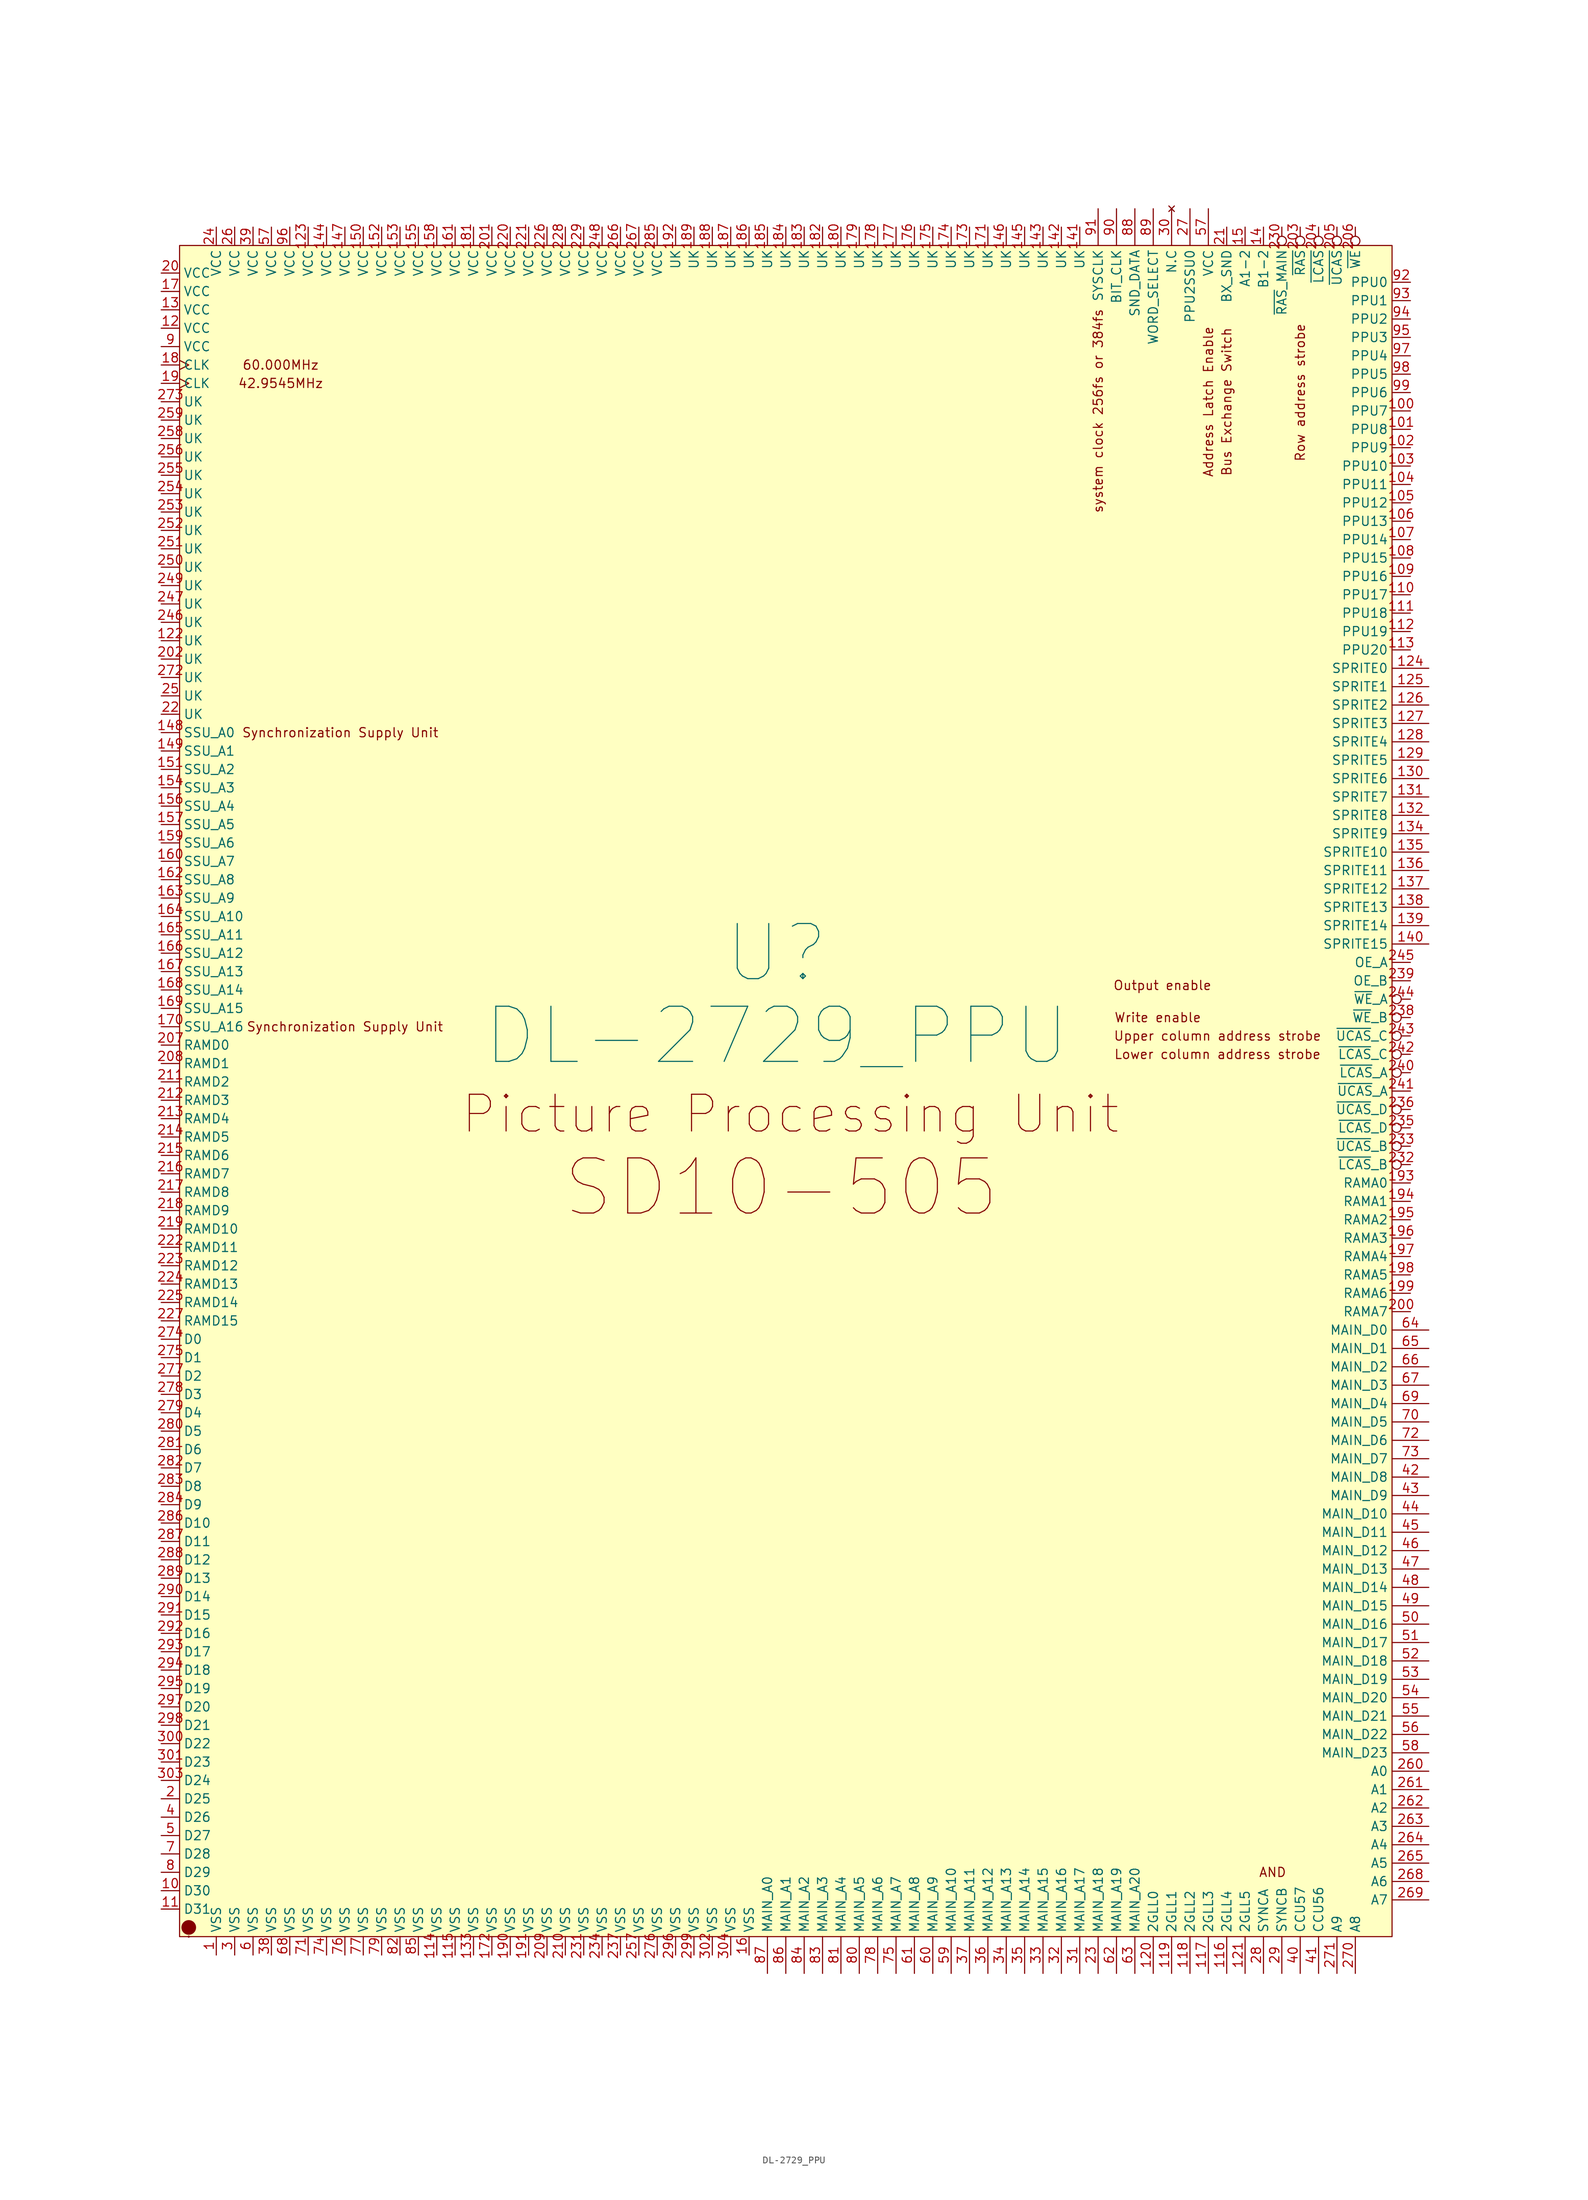
<source format=kicad_sym>
(kicad_symbol_lib
  (version 20211014)
  (generator kicad_symbol_editor)
  (symbol "DL-2729_PPU"
    (property "Reference" "U"
      (at 0 5.08 0)
      (effects (font (size 7.62 7.62))))
    (property "Value" "DL-2729_PPU"
      (at 0 -6.35 0)
      (effects (font (size 7.62 7.62))))
    (symbol "DL-2729_PPU_0_0"
      (circle (center -81.28 -130.81) (radius 0.0001) (stroke (width 0.152) (type default) (color 0 0 0 0)) (fill (type none)))
      (text "42.9545MHz" (at -68.58 83.82 0) (effects (font (size 1.27 1.27))))
      (text "60.000MHz" (at -68.58 86.36 0) (effects (font (size 1.27 1.27))))
      (text "Address Latch Enable" (at 59.69 81.28 900) (effects (font (size 1.27 1.27))))
      (text "AND" (at 68.58 -121.92 0) (effects (font (size 1.27 1.27))))
      (text "Bus Exchange Switch" (at 62.23 81.28 900) (effects (font (size 1.27 1.27))))
      (text "Lower column address strobe" (at 60.96 -8.89 0) (effects (font (size 1.27 1.27))))
      (text "Output enable" (at 53.34 0.635 0) (effects (font (size 1.27 1.27))))
      (text "Picture Processing Unit" (at 1.905 -17.145 0) (effects (font (size 5.08 5.08))))
      (text "Row address strobe" (at 72.39 82.55 900) (effects (font (size 1.27 1.27))))
      (text "SD10-505" (at 0.635 -27.305 0) (effects (font (size 7.62 7.62))))
      (text "Synchronization Supply Unit" (at -60.325 35.56 0) (effects (font (size 1.27 1.27))))
      (text "Synchronization Supply Unit" (at -59.69 -5.08 0) (effects (font (size 1.27 1.27))))
      (text "system clock 256fs or 384fs" (at 44.45 80.01 900) (effects (font (size 1.27 1.27))))
      (text "Upper column address strobe" (at 60.96 -6.35 0) (effects (font (size 1.27 1.27))))
      (text "Write enable" (at 52.705 -3.81 0) (effects (font (size 1.27 1.27)))))
    (symbol "DL-2729_PPU_0_1"
      (rectangle (start -82.55 102.87) (end 85.09 -130.81) (stroke (width 0.152) (type default) (color 0 0 0 0)) (fill (type background)))
      (circle (center -81.28 -129.54) (radius 0.0001) (stroke (width 1.016) (type default) (color 0 0 0 0)) (fill (type none))))
    (symbol "DL-2729_PPU_1_0"
      (pin bidirectional line (at 90.17 44.45 180) (length 5.08) (name "SPRITE0" (effects (font (size 1.27 1.27)))) (number "124" (effects (font (size 1.27 1.27)))))
      (pin bidirectional line (at 90.17 41.91 180) (length 5.08) (name "SPRITE1" (effects (font (size 1.27 1.27)))) (number "125" (effects (font (size 1.27 1.27)))))
      (pin bidirectional line (at 90.17 39.37 180) (length 5.08) (name "SPRITE2" (effects (font (size 1.27 1.27)))) (number "126" (effects (font (size 1.27 1.27)))))
      (pin bidirectional line (at 90.17 36.83 180) (length 5.08) (name "SPRITE3" (effects (font (size 1.27 1.27)))) (number "127" (effects (font (size 1.27 1.27)))))
      (pin bidirectional line (at 90.17 34.29 180) (length 5.08) (name "SPRITE4" (effects (font (size 1.27 1.27)))) (number "128" (effects (font (size 1.27 1.27)))))
      (pin bidirectional line (at 90.17 31.75 180) (length 5.08) (name "SPRITE5" (effects (font (size 1.27 1.27)))) (number "129" (effects (font (size 1.27 1.27)))))
      (pin bidirectional line (at 90.17 29.21 180) (length 5.08) (name "SPRITE6" (effects (font (size 1.27 1.27)))) (number "130" (effects (font (size 1.27 1.27)))))
      (pin bidirectional line (at 90.17 26.67 180) (length 5.08) (name "SPRITE7" (effects (font (size 1.27 1.27)))) (number "131" (effects (font (size 1.27 1.27)))))
      (pin bidirectional line (at 90.17 24.13 180) (length 5.08) (name "SPRITE8" (effects (font (size 1.27 1.27)))) (number "132" (effects (font (size 1.27 1.27)))))
      (pin bidirectional line (at 90.17 21.59 180) (length 5.08) (name "SPRITE9" (effects (font (size 1.27 1.27)))) (number "134" (effects (font (size 1.27 1.27)))))
      (pin bidirectional line (at 90.17 19.05 180) (length 5.08) (name "SPRITE10" (effects (font (size 1.27 1.27)))) (number "135" (effects (font (size 1.27 1.27)))))
      (pin bidirectional line (at 90.17 16.51 180) (length 5.08) (name "SPRITE11" (effects (font (size 1.27 1.27)))) (number "136" (effects (font (size 1.27 1.27)))))
      (pin bidirectional line (at 90.17 13.97 180) (length 5.08) (name "SPRITE12" (effects (font (size 1.27 1.27)))) (number "137" (effects (font (size 1.27 1.27)))))
      (pin bidirectional line (at 90.17 11.43 180) (length 5.08) (name "SPRITE13" (effects (font (size 1.27 1.27)))) (number "138" (effects (font (size 1.27 1.27)))))
      (pin bidirectional line (at 90.17 8.89 180) (length 5.08) (name "SPRITE14" (effects (font (size 1.27 1.27)))) (number "139" (effects (font (size 1.27 1.27)))))
      (pin bidirectional line (at 90.17 6.35 180) (length 5.08) (name "SPRITE15" (effects (font (size 1.27 1.27)))) (number "140" (effects (font (size 1.27 1.27))))))
    (symbol "DL-2729_PPU_1_1"
      (pin power_in line (at -77.47 -133.35 90) (length 2.54) (name "VSS" (effects (font (size 1.27 1.27)))) (number "1" (effects (font (size 1.27 1.27)))))
      (pin bidirectional line (at -85.09 -124.46 0) (length 2.54) (name "D30" (effects (font (size 1.27 1.27)))) (number "10" (effects (font (size 1.27 1.27)))))
      (pin output line (at 87.63 80.01 180) (length 2.54) (name "PPU7" (effects (font (size 1.27 1.27)))) (number "100" (effects (font (size 1.27 1.27)))))
      (pin output line (at 87.63 77.47 180) (length 2.54) (name "PPU8" (effects (font (size 1.27 1.27)))) (number "101" (effects (font (size 1.27 1.27)))))
      (pin output line (at 87.63 74.93 180) (length 2.54) (name "PPU9" (effects (font (size 1.27 1.27)))) (number "102" (effects (font (size 1.27 1.27)))))
      (pin output line (at 87.63 72.39 180) (length 2.54) (name "PPU10" (effects (font (size 1.27 1.27)))) (number "103" (effects (font (size 1.27 1.27)))))
      (pin output line (at 87.63 69.85 180) (length 2.54) (name "PPU11" (effects (font (size 1.27 1.27)))) (number "104" (effects (font (size 1.27 1.27)))))
      (pin output line (at 87.63 67.31 180) (length 2.54) (name "PPU12" (effects (font (size 1.27 1.27)))) (number "105" (effects (font (size 1.27 1.27)))))
      (pin output line (at 87.63 64.77 180) (length 2.54) (name "PPU13" (effects (font (size 1.27 1.27)))) (number "106" (effects (font (size 1.27 1.27)))))
      (pin output line (at 87.63 62.23 180) (length 2.54) (name "PPU14" (effects (font (size 1.27 1.27)))) (number "107" (effects (font (size 1.27 1.27)))))
      (pin output line (at 87.63 59.69 180) (length 2.54) (name "PPU15" (effects (font (size 1.27 1.27)))) (number "108" (effects (font (size 1.27 1.27)))))
      (pin output line (at 87.63 57.15 180) (length 2.54) (name "PPU16" (effects (font (size 1.27 1.27)))) (number "109" (effects (font (size 1.27 1.27)))))
      (pin bidirectional line (at -85.09 -127 0) (length 2.54) (name "D31" (effects (font (size 1.27 1.27)))) (number "11" (effects (font (size 1.27 1.27)))))
      (pin output line (at 87.63 54.61 180) (length 2.54) (name "PPU17" (effects (font (size 1.27 1.27)))) (number "110" (effects (font (size 1.27 1.27)))))
      (pin output line (at 87.63 52.07 180) (length 2.54) (name "PPU18" (effects (font (size 1.27 1.27)))) (number "111" (effects (font (size 1.27 1.27)))))
      (pin output line (at 87.63 49.53 180) (length 2.54) (name "PPU19" (effects (font (size 1.27 1.27)))) (number "112" (effects (font (size 1.27 1.27)))))
      (pin output line (at 87.63 46.99 180) (length 2.54) (name "PPU20" (effects (font (size 1.27 1.27)))) (number "113" (effects (font (size 1.27 1.27)))))
      (pin power_in line (at -46.99 -133.35 90) (length 2.54) (name "VSS" (effects (font (size 1.27 1.27)))) (number "114" (effects (font (size 1.27 1.27)))))
      (pin power_in line (at -44.45 -133.35 90) (length 2.54) (name "VSS" (effects (font (size 1.27 1.27)))) (number "115" (effects (font (size 1.27 1.27)))))
      (pin bidirectional line (at 62.23 -135.89 90) (length 5.08) (name "2GLL4" (effects (font (size 1.27 1.27)))) (number "116" (effects (font (size 1.27 1.27)))))
      (pin bidirectional line (at 59.69 -135.89 90) (length 5.08) (name "2GLL3" (effects (font (size 1.27 1.27)))) (number "117" (effects (font (size 1.27 1.27)))))
      (pin bidirectional line (at 57.15 -135.89 90) (length 5.08) (name "2GLL2" (effects (font (size 1.27 1.27)))) (number "118" (effects (font (size 1.27 1.27)))))
      (pin bidirectional line (at 54.61 -135.89 90) (length 5.08) (name "2GLL1" (effects (font (size 1.27 1.27)))) (number "119" (effects (font (size 1.27 1.27)))))
      (pin power_in line (at -85.09 91.44 0) (length 2.54) (name "VCC" (effects (font (size 1.27 1.27)))) (number "12" (effects (font (size 1.27 1.27)))))
      (pin bidirectional line (at 52.07 -135.89 90) (length 5.08) (name "2GLL0" (effects (font (size 1.27 1.27)))) (number "120" (effects (font (size 1.27 1.27)))))
      (pin bidirectional line (at 64.77 -135.89 90) (length 5.08) (name "2GLL5" (effects (font (size 1.27 1.27)))) (number "121" (effects (font (size 1.27 1.27)))))
      (pin output line (at -85.09 48.26 0) (length 2.54) (name "UK" (effects (font (size 1.27 1.27)))) (number "122" (effects (font (size 1.27 1.27)))))
      (pin power_in line (at -64.77 105.41 270) (length 2.54) (name "VCC" (effects (font (size 1.27 1.27)))) (number "123" (effects (font (size 1.27 1.27)))))
      (pin power_in line (at -85.09 93.98 0) (length 2.54) (name "VCC" (effects (font (size 1.27 1.27)))) (number "13" (effects (font (size 1.27 1.27)))))
      (pin power_in line (at -41.91 -133.35 90) (length 2.54) (name "VSS" (effects (font (size 1.27 1.27)))) (number "133" (effects (font (size 1.27 1.27)))))
      (pin input line (at 67.31 105.41 270) (length 2.54) (name "B1-2" (effects (font (size 1.27 1.27)))) (number "14" (effects (font (size 1.27 1.27)))))
      (pin input line (at 41.91 105.41 270) (length 2.54) (name "UK" (effects (font (size 1.27 1.27)))) (number "141" (effects (font (size 1.27 1.27)))))
      (pin input line (at 39.37 105.41 270) (length 2.54) (name "UK" (effects (font (size 1.27 1.27)))) (number "142" (effects (font (size 1.27 1.27)))))
      (pin input line (at 36.83 105.41 270) (length 2.54) (name "UK" (effects (font (size 1.27 1.27)))) (number "143" (effects (font (size 1.27 1.27)))))
      (pin power_in line (at -62.23 105.41 270) (length 2.54) (name "VCC" (effects (font (size 1.27 1.27)))) (number "144" (effects (font (size 1.27 1.27)))))
      (pin input line (at 34.29 105.41 270) (length 2.54) (name "UK" (effects (font (size 1.27 1.27)))) (number "145" (effects (font (size 1.27 1.27)))))
      (pin input line (at 31.75 105.41 270) (length 2.54) (name "UK" (effects (font (size 1.27 1.27)))) (number "146" (effects (font (size 1.27 1.27)))))
      (pin power_in line (at -59.69 105.41 270) (length 2.54) (name "VCC" (effects (font (size 1.27 1.27)))) (number "147" (effects (font (size 1.27 1.27)))))
      (pin bidirectional line (at -85.09 35.56 0) (length 2.54) (name "SSU_A0" (effects (font (size 1.27 1.27)))) (number "148" (effects (font (size 1.27 1.27)))))
      (pin bidirectional line (at -85.09 33.02 0) (length 2.54) (name "SSU_A1" (effects (font (size 1.27 1.27)))) (number "149" (effects (font (size 1.27 1.27)))))
      (pin output line (at 64.77 105.41 270) (length 2.54) (name "A1-2" (effects (font (size 1.27 1.27)))) (number "15" (effects (font (size 1.27 1.27)))))
      (pin power_in line (at -57.15 105.41 270) (length 2.54) (name "VCC" (effects (font (size 1.27 1.27)))) (number "150" (effects (font (size 1.27 1.27)))))
      (pin bidirectional line (at -85.09 30.48 0) (length 2.54) (name "SSU_A2" (effects (font (size 1.27 1.27)))) (number "151" (effects (font (size 1.27 1.27)))))
      (pin power_in line (at -54.61 105.41 270) (length 2.54) (name "VCC" (effects (font (size 1.27 1.27)))) (number "152" (effects (font (size 1.27 1.27)))))
      (pin power_in line (at -52.07 105.41 270) (length 2.54) (name "VCC" (effects (font (size 1.27 1.27)))) (number "153" (effects (font (size 1.27 1.27)))))
      (pin bidirectional line (at -85.09 27.94 0) (length 2.54) (name "SSU_A3" (effects (font (size 1.27 1.27)))) (number "154" (effects (font (size 1.27 1.27)))))
      (pin power_in line (at -49.53 105.41 270) (length 2.54) (name "VCC" (effects (font (size 1.27 1.27)))) (number "155" (effects (font (size 1.27 1.27)))))
      (pin bidirectional line (at -85.09 25.4 0) (length 2.54) (name "SSU_A4" (effects (font (size 1.27 1.27)))) (number "156" (effects (font (size 1.27 1.27)))))
      (pin bidirectional line (at -85.09 22.86 0) (length 2.54) (name "SSU_A5" (effects (font (size 1.27 1.27)))) (number "157" (effects (font (size 1.27 1.27)))))
      (pin power_in line (at -46.99 105.41 270) (length 2.54) (name "VCC" (effects (font (size 1.27 1.27)))) (number "158" (effects (font (size 1.27 1.27)))))
      (pin bidirectional line (at -85.09 20.32 0) (length 2.54) (name "SSU_A6" (effects (font (size 1.27 1.27)))) (number "159" (effects (font (size 1.27 1.27)))))
      (pin power_in line (at -3.81 -133.35 90) (length 2.54) (name "VSS" (effects (font (size 1.27 1.27)))) (number "16" (effects (font (size 1.27 1.27)))))
      (pin bidirectional line (at -85.09 17.78 0) (length 2.54) (name "SSU_A7" (effects (font (size 1.27 1.27)))) (number "160" (effects (font (size 1.27 1.27)))))
      (pin power_in line (at -44.45 105.41 270) (length 2.54) (name "VCC" (effects (font (size 1.27 1.27)))) (number "161" (effects (font (size 1.27 1.27)))))
      (pin bidirectional line (at -85.09 15.24 0) (length 2.54) (name "SSU_A8" (effects (font (size 1.27 1.27)))) (number "162" (effects (font (size 1.27 1.27)))))
      (pin bidirectional line (at -85.09 12.7 0) (length 2.54) (name "SSU_A9" (effects (font (size 1.27 1.27)))) (number "163" (effects (font (size 1.27 1.27)))))
      (pin bidirectional line (at -85.09 10.16 0) (length 2.54) (name "SSU_A10" (effects (font (size 1.27 1.27)))) (number "164" (effects (font (size 1.27 1.27)))))
      (pin bidirectional line (at -85.09 7.62 0) (length 2.54) (name "SSU_A11" (effects (font (size 1.27 1.27)))) (number "165" (effects (font (size 1.27 1.27)))))
      (pin bidirectional line (at -85.09 5.08 0) (length 2.54) (name "SSU_A12" (effects (font (size 1.27 1.27)))) (number "166" (effects (font (size 1.27 1.27)))))
      (pin bidirectional line (at -85.09 2.54 0) (length 2.54) (name "SSU_A13" (effects (font (size 1.27 1.27)))) (number "167" (effects (font (size 1.27 1.27)))))
      (pin bidirectional line (at -85.09 0 0) (length 2.54) (name "SSU_A14" (effects (font (size 1.27 1.27)))) (number "168" (effects (font (size 1.27 1.27)))))
      (pin bidirectional line (at -85.09 -2.54 0) (length 2.54) (name "SSU_A15" (effects (font (size 1.27 1.27)))) (number "169" (effects (font (size 1.27 1.27)))))
      (pin power_in line (at -85.09 96.52 0) (length 2.54) (name "VCC" (effects (font (size 1.27 1.27)))) (number "17" (effects (font (size 1.27 1.27)))))
      (pin bidirectional line (at -85.09 -5.08 0) (length 2.54) (name "SSU_A16" (effects (font (size 1.27 1.27)))) (number "170" (effects (font (size 1.27 1.27)))))
      (pin output line (at 29.21 105.41 270) (length 2.54) (name "UK" (effects (font (size 1.27 1.27)))) (number "171" (effects (font (size 1.27 1.27)))))
      (pin power_in line (at -39.37 -133.35 90) (length 2.54) (name "VSS" (effects (font (size 1.27 1.27)))) (number "172" (effects (font (size 1.27 1.27)))))
      (pin output line (at 26.67 105.41 270) (length 2.54) (name "UK" (effects (font (size 1.27 1.27)))) (number "173" (effects (font (size 1.27 1.27)))))
      (pin output line (at 24.13 105.41 270) (length 2.54) (name "UK" (effects (font (size 1.27 1.27)))) (number "174" (effects (font (size 1.27 1.27)))))
      (pin output line (at 21.59 105.41 270) (length 2.54) (name "UK" (effects (font (size 1.27 1.27)))) (number "175" (effects (font (size 1.27 1.27)))))
      (pin output line (at 19.05 105.41 270) (length 2.54) (name "UK" (effects (font (size 1.27 1.27)))) (number "176" (effects (font (size 1.27 1.27)))))
      (pin output line (at 16.51 105.41 270) (length 2.54) (name "UK" (effects (font (size 1.27 1.27)))) (number "177" (effects (font (size 1.27 1.27)))))
      (pin output line (at 13.97 105.41 270) (length 2.54) (name "UK" (effects (font (size 1.27 1.27)))) (number "178" (effects (font (size 1.27 1.27)))))
      (pin output line (at 11.43 105.41 270) (length 2.54) (name "UK" (effects (font (size 1.27 1.27)))) (number "179" (effects (font (size 1.27 1.27)))))
      (pin input clock (at -85.09 86.36 0) (length 2.54) (name "CLK" (effects (font (size 1.27 1.27)))) (number "18" (effects (font (size 1.27 1.27)))))
      (pin output line (at 8.89 105.41 270) (length 2.54) (name "UK" (effects (font (size 1.27 1.27)))) (number "180" (effects (font (size 1.27 1.27)))))
      (pin power_in line (at -41.91 105.41 270) (length 2.54) (name "VCC" (effects (font (size 1.27 1.27)))) (number "181" (effects (font (size 1.27 1.27)))))
      (pin output line (at 6.35 105.41 270) (length 2.54) (name "UK" (effects (font (size 1.27 1.27)))) (number "182" (effects (font (size 1.27 1.27)))))
      (pin output line (at 3.81 105.41 270) (length 2.54) (name "UK" (effects (font (size 1.27 1.27)))) (number "183" (effects (font (size 1.27 1.27)))))
      (pin output line (at 1.27 105.41 270) (length 2.54) (name "UK" (effects (font (size 1.27 1.27)))) (number "184" (effects (font (size 1.27 1.27)))))
      (pin output line (at -1.27 105.41 270) (length 2.54) (name "UK" (effects (font (size 1.27 1.27)))) (number "185" (effects (font (size 1.27 1.27)))))
      (pin output line (at -3.81 105.41 270) (length 2.54) (name "UK" (effects (font (size 1.27 1.27)))) (number "186" (effects (font (size 1.27 1.27)))))
      (pin output line (at -6.35 105.41 270) (length 2.54) (name "UK" (effects (font (size 1.27 1.27)))) (number "187" (effects (font (size 1.27 1.27)))))
      (pin output line (at -8.89 105.41 270) (length 2.54) (name "UK" (effects (font (size 1.27 1.27)))) (number "188" (effects (font (size 1.27 1.27)))))
      (pin output line (at -11.43 105.41 270) (length 2.54) (name "UK" (effects (font (size 1.27 1.27)))) (number "189" (effects (font (size 1.27 1.27)))))
      (pin input clock (at -85.09 83.82 0) (length 2.54) (name "CLK" (effects (font (size 1.27 1.27)))) (number "19" (effects (font (size 1.27 1.27)))))
      (pin power_in line (at -36.83 -133.35 90) (length 2.54) (name "VSS" (effects (font (size 1.27 1.27)))) (number "190" (effects (font (size 1.27 1.27)))))
      (pin power_in line (at -34.29 -133.35 90) (length 2.54) (name "VSS" (effects (font (size 1.27 1.27)))) (number "191" (effects (font (size 1.27 1.27)))))
      (pin output line (at -13.97 105.41 270) (length 2.54) (name "UK" (effects (font (size 1.27 1.27)))) (number "192" (effects (font (size 1.27 1.27)))))
      (pin output line (at 87.63 -26.67 180) (length 2.54) (name "RAMA0" (effects (font (size 1.27 1.27)))) (number "193" (effects (font (size 1.27 1.27)))))
      (pin output line (at 87.63 -29.21 180) (length 2.54) (name "RAMA1" (effects (font (size 1.27 1.27)))) (number "194" (effects (font (size 1.27 1.27)))))
      (pin output line (at 87.63 -31.75 180) (length 2.54) (name "RAMA2" (effects (font (size 1.27 1.27)))) (number "195" (effects (font (size 1.27 1.27)))))
      (pin output line (at 87.63 -34.29 180) (length 2.54) (name "RAMA3" (effects (font (size 1.27 1.27)))) (number "196" (effects (font (size 1.27 1.27)))))
      (pin output line (at 87.63 -36.83 180) (length 2.54) (name "RAMA4" (effects (font (size 1.27 1.27)))) (number "197" (effects (font (size 1.27 1.27)))))
      (pin output line (at 87.63 -39.37 180) (length 2.54) (name "RAMA5" (effects (font (size 1.27 1.27)))) (number "198" (effects (font (size 1.27 1.27)))))
      (pin output line (at 87.63 -41.91 180) (length 2.54) (name "RAMA6" (effects (font (size 1.27 1.27)))) (number "199" (effects (font (size 1.27 1.27)))))
      (pin bidirectional line (at -85.09 -111.76 0) (length 2.54) (name "D25" (effects (font (size 1.27 1.27)))) (number "2" (effects (font (size 1.27 1.27)))))
      (pin power_in line (at -85.09 99.06 0) (length 2.54) (name "VCC" (effects (font (size 1.27 1.27)))) (number "20" (effects (font (size 1.27 1.27)))))
      (pin output line (at 87.63 -44.45 180) (length 2.54) (name "RAMA7" (effects (font (size 1.27 1.27)))) (number "200" (effects (font (size 1.27 1.27)))))
      (pin power_in line (at -39.37 105.41 270) (length 2.54) (name "VCC" (effects (font (size 1.27 1.27)))) (number "201" (effects (font (size 1.27 1.27)))))
      (pin output line (at -85.09 45.72 0) (length 2.54) (name "UK" (effects (font (size 1.27 1.27)))) (number "202" (effects (font (size 1.27 1.27)))))
      (pin output inverted (at 72.39 105.41 270) (length 2.54) (name "~{RAS}" (effects (font (size 1.27 1.27)))) (number "203" (effects (font (size 1.27 1.27)))))
      (pin output inverted (at 74.93 105.41 270) (length 2.54) (name "~{LCAS}" (effects (font (size 1.27 1.27)))) (number "204" (effects (font (size 1.27 1.27)))))
      (pin output inverted (at 77.47 105.41 270) (length 2.54) (name "~{UCAS}" (effects (font (size 1.27 1.27)))) (number "205" (effects (font (size 1.27 1.27)))))
      (pin output inverted (at 80.01 105.41 270) (length 2.54) (name "~{WE}" (effects (font (size 1.27 1.27)))) (number "206" (effects (font (size 1.27 1.27)))))
      (pin bidirectional line (at -85.09 -7.62 0) (length 2.54) (name "RAMD0" (effects (font (size 1.27 1.27)))) (number "207" (effects (font (size 1.27 1.27)))))
      (pin bidirectional line (at -85.09 -10.16 0) (length 2.54) (name "RAMD1" (effects (font (size 1.27 1.27)))) (number "208" (effects (font (size 1.27 1.27)))))
      (pin power_in line (at -31.75 -133.35 90) (length 2.54) (name "VSS" (effects (font (size 1.27 1.27)))) (number "209" (effects (font (size 1.27 1.27)))))
      (pin output line (at 62.23 105.41 270) (length 2.54) (name "BX_SND" (effects (font (size 1.27 1.27)))) (number "21" (effects (font (size 1.27 1.27)))))
      (pin power_in line (at -29.21 -133.35 90) (length 2.54) (name "VSS" (effects (font (size 1.27 1.27)))) (number "210" (effects (font (size 1.27 1.27)))))
      (pin bidirectional line (at -85.09 -12.7 0) (length 2.54) (name "RAMD2" (effects (font (size 1.27 1.27)))) (number "211" (effects (font (size 1.27 1.27)))))
      (pin bidirectional line (at -85.09 -15.24 0) (length 2.54) (name "RAMD3" (effects (font (size 1.27 1.27)))) (number "212" (effects (font (size 1.27 1.27)))))
      (pin bidirectional line (at -85.09 -17.78 0) (length 2.54) (name "RAMD4" (effects (font (size 1.27 1.27)))) (number "213" (effects (font (size 1.27 1.27)))))
      (pin bidirectional line (at -85.09 -20.32 0) (length 2.54) (name "RAMD5" (effects (font (size 1.27 1.27)))) (number "214" (effects (font (size 1.27 1.27)))))
      (pin bidirectional line (at -85.09 -22.86 0) (length 2.54) (name "RAMD6" (effects (font (size 1.27 1.27)))) (number "215" (effects (font (size 1.27 1.27)))))
      (pin bidirectional line (at -85.09 -25.4 0) (length 2.54) (name "RAMD7" (effects (font (size 1.27 1.27)))) (number "216" (effects (font (size 1.27 1.27)))))
      (pin bidirectional line (at -85.09 -27.94 0) (length 2.54) (name "RAMD8" (effects (font (size 1.27 1.27)))) (number "217" (effects (font (size 1.27 1.27)))))
      (pin bidirectional line (at -85.09 -30.48 0) (length 2.54) (name "RAMD9" (effects (font (size 1.27 1.27)))) (number "218" (effects (font (size 1.27 1.27)))))
      (pin bidirectional line (at -85.09 -33.02 0) (length 2.54) (name "RAMD10" (effects (font (size 1.27 1.27)))) (number "219" (effects (font (size 1.27 1.27)))))
      (pin input line (at -85.09 38.1 0) (length 2.54) (name "UK" (effects (font (size 1.27 1.27)))) (number "22" (effects (font (size 1.27 1.27)))))
      (pin power_in line (at -36.83 105.41 270) (length 2.54) (name "VCC" (effects (font (size 1.27 1.27)))) (number "220" (effects (font (size 1.27 1.27)))))
      (pin power_in line (at -34.29 105.41 270) (length 2.54) (name "VCC" (effects (font (size 1.27 1.27)))) (number "221" (effects (font (size 1.27 1.27)))))
      (pin bidirectional line (at -85.09 -35.56 0) (length 2.54) (name "RAMD11" (effects (font (size 1.27 1.27)))) (number "222" (effects (font (size 1.27 1.27)))))
      (pin bidirectional line (at -85.09 -38.1 0) (length 2.54) (name "RAMD12" (effects (font (size 1.27 1.27)))) (number "223" (effects (font (size 1.27 1.27)))))
      (pin bidirectional line (at -85.09 -40.64 0) (length 2.54) (name "RAMD13" (effects (font (size 1.27 1.27)))) (number "224" (effects (font (size 1.27 1.27)))))
      (pin bidirectional line (at -85.09 -43.18 0) (length 2.54) (name "RAMD14" (effects (font (size 1.27 1.27)))) (number "225" (effects (font (size 1.27 1.27)))))
      (pin power_in line (at -31.75 105.41 270) (length 2.54) (name "VCC" (effects (font (size 1.27 1.27)))) (number "226" (effects (font (size 1.27 1.27)))))
      (pin bidirectional line (at -85.09 -45.72 0) (length 2.54) (name "RAMD15" (effects (font (size 1.27 1.27)))) (number "227" (effects (font (size 1.27 1.27)))))
      (pin power_in line (at -29.21 105.41 270) (length 2.54) (name "VCC" (effects (font (size 1.27 1.27)))) (number "228" (effects (font (size 1.27 1.27)))))
      (pin power_in line (at -26.67 105.41 270) (length 2.54) (name "VCC" (effects (font (size 1.27 1.27)))) (number "229" (effects (font (size 1.27 1.27)))))
      (pin bidirectional line (at 44.45 -135.89 90) (length 5.08) (name "MAIN_A18" (effects (font (size 1.27 1.27)))) (number "23" (effects (font (size 1.27 1.27)))))
      (pin output inverted (at 69.85 105.41 270) (length 2.54) (name "~{RAS}_MAIN" (effects (font (size 1.27 1.27)))) (number "230" (effects (font (size 1.27 1.27)))))
      (pin power_in line (at -26.67 -133.35 90) (length 2.54) (name "VSS" (effects (font (size 1.27 1.27)))) (number "231" (effects (font (size 1.27 1.27)))))
      (pin output inverted (at 87.63 -24.13 180) (length 2.54) (name "~{LCAS}_B" (effects (font (size 1.27 1.27)))) (number "232" (effects (font (size 1.27 1.27)))))
      (pin output inverted (at 87.63 -21.59 180) (length 2.54) (name "~{UCAS}_B" (effects (font (size 1.27 1.27)))) (number "233" (effects (font (size 1.27 1.27)))))
      (pin power_in line (at -24.13 -133.35 90) (length 2.54) (name "VSS" (effects (font (size 1.27 1.27)))) (number "234" (effects (font (size 1.27 1.27)))))
      (pin output inverted (at 87.63 -19.05 180) (length 2.54) (name "~{LCAS}_D" (effects (font (size 1.27 1.27)))) (number "235" (effects (font (size 1.27 1.27)))))
      (pin output inverted (at 87.63 -16.51 180) (length 2.54) (name "~{UCAS}_D" (effects (font (size 1.27 1.27)))) (number "236" (effects (font (size 1.27 1.27)))))
      (pin power_in line (at -21.59 -133.35 90) (length 2.54) (name "VSS" (effects (font (size 1.27 1.27)))) (number "237" (effects (font (size 1.27 1.27)))))
      (pin output inverted (at 87.63 -3.81 180) (length 2.54) (name "~{WE}_B" (effects (font (size 1.27 1.27)))) (number "238" (effects (font (size 1.27 1.27)))))
      (pin output line (at 87.63 1.27 180) (length 2.54) (name "OE_B" (effects (font (size 1.27 1.27)))) (number "239" (effects (font (size 1.27 1.27)))))
      (pin power_in line (at -77.47 105.41 270) (length 2.54) (name "VCC" (effects (font (size 1.27 1.27)))) (number "24" (effects (font (size 1.27 1.27)))))
      (pin output inverted (at 87.63 -11.43 180) (length 2.54) (name "~{LCAS}_A" (effects (font (size 1.27 1.27)))) (number "240" (effects (font (size 1.27 1.27)))))
      (pin output line (at 87.63 -13.97 180) (length 2.54) (name "~{UCAS}_A" (effects (font (size 1.27 1.27)))) (number "241" (effects (font (size 1.27 1.27)))))
      (pin output inverted (at 87.63 -8.89 180) (length 2.54) (name "~{LCAS}_C" (effects (font (size 1.27 1.27)))) (number "242" (effects (font (size 1.27 1.27)))))
      (pin output inverted (at 87.63 -6.35 180) (length 2.54) (name "~{UCAS}_C" (effects (font (size 1.27 1.27)))) (number "243" (effects (font (size 1.27 1.27)))))
      (pin output inverted (at 87.63 -1.27 180) (length 2.54) (name "~{WE}_A" (effects (font (size 1.27 1.27)))) (number "244" (effects (font (size 1.27 1.27)))))
      (pin output line (at 87.63 3.81 180) (length 2.54) (name "OE_A" (effects (font (size 1.27 1.27)))) (number "245" (effects (font (size 1.27 1.27)))))
      (pin output line (at -85.09 50.8 0) (length 2.54) (name "UK" (effects (font (size 1.27 1.27)))) (number "246" (effects (font (size 1.27 1.27)))))
      (pin output line (at -85.09 53.34 0) (length 2.54) (name "UK" (effects (font (size 1.27 1.27)))) (number "247" (effects (font (size 1.27 1.27)))))
      (pin power_in line (at -24.13 105.41 270) (length 2.54) (name "VCC" (effects (font (size 1.27 1.27)))) (number "248" (effects (font (size 1.27 1.27)))))
      (pin output line (at -85.09 55.88 0) (length 2.54) (name "UK" (effects (font (size 1.27 1.27)))) (number "249" (effects (font (size 1.27 1.27)))))
      (pin input line (at -85.09 40.64 0) (length 2.54) (name "UK" (effects (font (size 1.27 1.27)))) (number "25" (effects (font (size 1.27 1.27)))))
      (pin output line (at -85.09 58.42 0) (length 2.54) (name "UK" (effects (font (size 1.27 1.27)))) (number "250" (effects (font (size 1.27 1.27)))))
      (pin output line (at -85.09 60.96 0) (length 2.54) (name "UK" (effects (font (size 1.27 1.27)))) (number "251" (effects (font (size 1.27 1.27)))))
      (pin output line (at -85.09 63.5 0) (length 2.54) (name "UK" (effects (font (size 1.27 1.27)))) (number "252" (effects (font (size 1.27 1.27)))))
      (pin output line (at -85.09 66.04 0) (length 2.54) (name "UK" (effects (font (size 1.27 1.27)))) (number "253" (effects (font (size 1.27 1.27)))))
      (pin output line (at -85.09 68.58 0) (length 2.54) (name "UK" (effects (font (size 1.27 1.27)))) (number "254" (effects (font (size 1.27 1.27)))))
      (pin output line (at -85.09 71.12 0) (length 2.54) (name "UK" (effects (font (size 1.27 1.27)))) (number "255" (effects (font (size 1.27 1.27)))))
      (pin output line (at -85.09 73.66 0) (length 2.54) (name "UK" (effects (font (size 1.27 1.27)))) (number "256" (effects (font (size 1.27 1.27)))))
      (pin power_in line (at -19.05 -133.35 90) (length 2.54) (name "VSS" (effects (font (size 1.27 1.27)))) (number "257" (effects (font (size 1.27 1.27)))))
      (pin output line (at -85.09 76.2 0) (length 2.54) (name "UK" (effects (font (size 1.27 1.27)))) (number "258" (effects (font (size 1.27 1.27)))))
      (pin output line (at -85.09 78.74 0) (length 2.54) (name "UK" (effects (font (size 1.27 1.27)))) (number "259" (effects (font (size 1.27 1.27)))))
      (pin power_in line (at -74.93 105.41 270) (length 2.54) (name "VCC" (effects (font (size 1.27 1.27)))) (number "26" (effects (font (size 1.27 1.27)))))
      (pin output line (at 90.17 -107.95 180) (length 5.08) (name "A0" (effects (font (size 1.27 1.27)))) (number "260" (effects (font (size 1.27 1.27)))))
      (pin output line (at 90.17 -110.49 180) (length 5.08) (name "A1" (effects (font (size 1.27 1.27)))) (number "261" (effects (font (size 1.27 1.27)))))
      (pin output line (at 90.17 -113.03 180) (length 5.08) (name "A2" (effects (font (size 1.27 1.27)))) (number "262" (effects (font (size 1.27 1.27)))))
      (pin output line (at 90.17 -115.57 180) (length 5.08) (name "A3" (effects (font (size 1.27 1.27)))) (number "263" (effects (font (size 1.27 1.27)))))
      (pin output line (at 90.17 -118.11 180) (length 5.08) (name "A4" (effects (font (size 1.27 1.27)))) (number "264" (effects (font (size 1.27 1.27)))))
      (pin output line (at 90.17 -120.65 180) (length 5.08) (name "A5" (effects (font (size 1.27 1.27)))) (number "265" (effects (font (size 1.27 1.27)))))
      (pin power_in line (at -21.59 105.41 270) (length 2.54) (name "VCC" (effects (font (size 1.27 1.27)))) (number "266" (effects (font (size 1.27 1.27)))))
      (pin power_in line (at -19.05 105.41 270) (length 2.54) (name "VCC" (effects (font (size 1.27 1.27)))) (number "267" (effects (font (size 1.27 1.27)))))
      (pin output line (at 90.17 -123.19 180) (length 5.08) (name "A6" (effects (font (size 1.27 1.27)))) (number "268" (effects (font (size 1.27 1.27)))))
      (pin output line (at 90.17 -125.73 180) (length 5.08) (name "A7" (effects (font (size 1.27 1.27)))) (number "269" (effects (font (size 1.27 1.27)))))
      (pin output line (at 57.15 107.95 270) (length 5.08) (name "PPU2SSU0" (effects (font (size 1.27 1.27)))) (number "27" (effects (font (size 1.27 1.27)))))
      (pin output line (at 80.01 -135.89 90) (length 5.08) (name "A8" (effects (font (size 1.27 1.27)))) (number "270" (effects (font (size 1.27 1.27)))))
      (pin output line (at 77.47 -135.89 90) (length 5.08) (name "A9" (effects (font (size 1.27 1.27)))) (number "271" (effects (font (size 1.27 1.27)))))
      (pin output line (at -85.09 43.18 0) (length 2.54) (name "UK" (effects (font (size 1.27 1.27)))) (number "272" (effects (font (size 1.27 1.27)))))
      (pin output line (at -85.09 81.28 0) (length 2.54) (name "UK" (effects (font (size 1.27 1.27)))) (number "273" (effects (font (size 1.27 1.27)))))
      (pin bidirectional line (at -85.09 -48.26 0) (length 2.54) (name "D0" (effects (font (size 1.27 1.27)))) (number "274" (effects (font (size 1.27 1.27)))))
      (pin bidirectional line (at -85.09 -50.8 0) (length 2.54) (name "D1" (effects (font (size 1.27 1.27)))) (number "275" (effects (font (size 1.27 1.27)))))
      (pin power_in line (at -16.51 -133.35 90) (length 2.54) (name "VSS" (effects (font (size 1.27 1.27)))) (number "276" (effects (font (size 1.27 1.27)))))
      (pin bidirectional line (at -85.09 -53.34 0) (length 2.54) (name "D2" (effects (font (size 1.27 1.27)))) (number "277" (effects (font (size 1.27 1.27)))))
      (pin bidirectional line (at -85.09 -55.88 0) (length 2.54) (name "D3" (effects (font (size 1.27 1.27)))) (number "278" (effects (font (size 1.27 1.27)))))
      (pin bidirectional line (at -85.09 -58.42 0) (length 2.54) (name "D4" (effects (font (size 1.27 1.27)))) (number "279" (effects (font (size 1.27 1.27)))))
      (pin output line (at 67.31 -135.89 90) (length 5.08) (name "SYNCA" (effects (font (size 1.27 1.27)))) (number "28" (effects (font (size 1.27 1.27)))))
      (pin bidirectional line (at -85.09 -60.96 0) (length 2.54) (name "D5" (effects (font (size 1.27 1.27)))) (number "280" (effects (font (size 1.27 1.27)))))
      (pin bidirectional line (at -85.09 -63.5 0) (length 2.54) (name "D6" (effects (font (size 1.27 1.27)))) (number "281" (effects (font (size 1.27 1.27)))))
      (pin bidirectional line (at -85.09 -66.04 0) (length 2.54) (name "D7" (effects (font (size 1.27 1.27)))) (number "282" (effects (font (size 1.27 1.27)))))
      (pin bidirectional line (at -85.09 -68.58 0) (length 2.54) (name "D8" (effects (font (size 1.27 1.27)))) (number "283" (effects (font (size 1.27 1.27)))))
      (pin bidirectional line (at -85.09 -71.12 0) (length 2.54) (name "D9" (effects (font (size 1.27 1.27)))) (number "284" (effects (font (size 1.27 1.27)))))
      (pin power_in line (at -16.51 105.41 270) (length 2.54) (name "VCC" (effects (font (size 1.27 1.27)))) (number "285" (effects (font (size 1.27 1.27)))))
      (pin bidirectional line (at -85.09 -73.66 0) (length 2.54) (name "D10" (effects (font (size 1.27 1.27)))) (number "286" (effects (font (size 1.27 1.27)))))
      (pin bidirectional line (at -85.09 -76.2 0) (length 2.54) (name "D11" (effects (font (size 1.27 1.27)))) (number "287" (effects (font (size 1.27 1.27)))))
      (pin bidirectional line (at -85.09 -78.74 0) (length 2.54) (name "D12" (effects (font (size 1.27 1.27)))) (number "288" (effects (font (size 1.27 1.27)))))
      (pin bidirectional line (at -85.09 -81.28 0) (length 2.54) (name "D13" (effects (font (size 1.27 1.27)))) (number "289" (effects (font (size 1.27 1.27)))))
      (pin output line (at 69.85 -135.89 90) (length 5.08) (name "SYNCB" (effects (font (size 1.27 1.27)))) (number "29" (effects (font (size 1.27 1.27)))))
      (pin bidirectional line (at -85.09 -83.82 0) (length 2.54) (name "D14" (effects (font (size 1.27 1.27)))) (number "290" (effects (font (size 1.27 1.27)))))
      (pin bidirectional line (at -85.09 -86.36 0) (length 2.54) (name "D15" (effects (font (size 1.27 1.27)))) (number "291" (effects (font (size 1.27 1.27)))))
      (pin bidirectional line (at -85.09 -88.9 0) (length 2.54) (name "D16" (effects (font (size 1.27 1.27)))) (number "292" (effects (font (size 1.27 1.27)))))
      (pin bidirectional line (at -85.09 -91.44 0) (length 2.54) (name "D17" (effects (font (size 1.27 1.27)))) (number "293" (effects (font (size 1.27 1.27)))))
      (pin bidirectional line (at -85.09 -93.98 0) (length 2.54) (name "D18" (effects (font (size 1.27 1.27)))) (number "294" (effects (font (size 1.27 1.27)))))
      (pin bidirectional line (at -85.09 -96.52 0) (length 2.54) (name "D19" (effects (font (size 1.27 1.27)))) (number "295" (effects (font (size 1.27 1.27)))))
      (pin power_in line (at -13.97 -133.35 90) (length 2.54) (name "VSS" (effects (font (size 1.27 1.27)))) (number "296" (effects (font (size 1.27 1.27)))))
      (pin bidirectional line (at -85.09 -99.06 0) (length 2.54) (name "D20" (effects (font (size 1.27 1.27)))) (number "297" (effects (font (size 1.27 1.27)))))
      (pin bidirectional line (at -85.09 -101.6 0) (length 2.54) (name "D21" (effects (font (size 1.27 1.27)))) (number "298" (effects (font (size 1.27 1.27)))))
      (pin power_in line (at -11.43 -133.35 90) (length 2.54) (name "VSS" (effects (font (size 1.27 1.27)))) (number "299" (effects (font (size 1.27 1.27)))))
      (pin power_in line (at -74.93 -133.35 90) (length 2.54) (name "VSS" (effects (font (size 1.27 1.27)))) (number "3" (effects (font (size 1.27 1.27)))))
      (pin no_connect line (at 54.61 107.95 270) (length 5.08) (name "N.C" (effects (font (size 1.27 1.27)))) (number "30" (effects (font (size 1.27 1.27)))))
      (pin bidirectional line (at -85.09 -104.14 0) (length 2.54) (name "D22" (effects (font (size 1.27 1.27)))) (number "300" (effects (font (size 1.27 1.27)))))
      (pin bidirectional line (at -85.09 -106.68 0) (length 2.54) (name "D23" (effects (font (size 1.27 1.27)))) (number "301" (effects (font (size 1.27 1.27)))))
      (pin power_in line (at -8.89 -133.35 90) (length 2.54) (name "VSS" (effects (font (size 1.27 1.27)))) (number "302" (effects (font (size 1.27 1.27)))))
      (pin bidirectional line (at -85.09 -109.22 0) (length 2.54) (name "D24" (effects (font (size 1.27 1.27)))) (number "303" (effects (font (size 1.27 1.27)))))
      (pin power_in line (at -6.35 -133.35 90) (length 2.54) (name "VSS" (effects (font (size 1.27 1.27)))) (number "304" (effects (font (size 1.27 1.27)))))
      (pin bidirectional line (at 41.91 -135.89 90) (length 5.08) (name "MAIN_A17" (effects (font (size 1.27 1.27)))) (number "31" (effects (font (size 1.27 1.27)))))
      (pin bidirectional line (at 39.37 -135.89 90) (length 5.08) (name "MAIN_A16" (effects (font (size 1.27 1.27)))) (number "32" (effects (font (size 1.27 1.27)))))
      (pin bidirectional line (at 36.83 -135.89 90) (length 5.08) (name "MAIN_A15" (effects (font (size 1.27 1.27)))) (number "33" (effects (font (size 1.27 1.27)))))
      (pin bidirectional line (at 31.75 -135.89 90) (length 5.08) (name "MAIN_A13" (effects (font (size 1.27 1.27)))) (number "34" (effects (font (size 1.27 1.27)))))
      (pin bidirectional line (at 34.29 -135.89 90) (length 5.08) (name "MAIN_A14" (effects (font (size 1.27 1.27)))) (number "35" (effects (font (size 1.27 1.27)))))
      (pin bidirectional line (at 29.21 -135.89 90) (length 5.08) (name "MAIN_A12" (effects (font (size 1.27 1.27)))) (number "36" (effects (font (size 1.27 1.27)))))
      (pin bidirectional line (at 26.67 -135.89 90) (length 5.08) (name "MAIN_A11" (effects (font (size 1.27 1.27)))) (number "37" (effects (font (size 1.27 1.27)))))
      (pin power_in line (at -69.85 -133.35 90) (length 2.54) (name "VSS" (effects (font (size 1.27 1.27)))) (number "38" (effects (font (size 1.27 1.27)))))
      (pin power_in line (at -72.39 105.41 270) (length 2.54) (name "VCC" (effects (font (size 1.27 1.27)))) (number "39" (effects (font (size 1.27 1.27)))))
      (pin bidirectional line (at -85.09 -114.3 0) (length 2.54) (name "D26" (effects (font (size 1.27 1.27)))) (number "4" (effects (font (size 1.27 1.27)))))
      (pin bidirectional line (at 72.39 -135.89 90) (length 5.08) (name "CCU57" (effects (font (size 1.27 1.27)))) (number "40" (effects (font (size 1.27 1.27)))))
      (pin bidirectional line (at 74.93 -135.89 90) (length 5.08) (name "CCU56" (effects (font (size 1.27 1.27)))) (number "41" (effects (font (size 1.27 1.27)))))
      (pin bidirectional line (at 90.17 -67.31 180) (length 5.08) (name "MAIN_D8" (effects (font (size 1.27 1.27)))) (number "42" (effects (font (size 1.27 1.27)))))
      (pin bidirectional line (at 90.17 -69.85 180) (length 5.08) (name "MAIN_D9" (effects (font (size 1.27 1.27)))) (number "43" (effects (font (size 1.27 1.27)))))
      (pin bidirectional line (at 90.17 -72.39 180) (length 5.08) (name "MAIN_D10" (effects (font (size 1.27 1.27)))) (number "44" (effects (font (size 1.27 1.27)))))
      (pin bidirectional line (at 90.17 -74.93 180) (length 5.08) (name "MAIN_D11" (effects (font (size 1.27 1.27)))) (number "45" (effects (font (size 1.27 1.27)))))
      (pin bidirectional line (at 90.17 -77.47 180) (length 5.08) (name "MAIN_D12" (effects (font (size 1.27 1.27)))) (number "46" (effects (font (size 1.27 1.27)))))
      (pin bidirectional line (at 90.17 -80.01 180) (length 5.08) (name "MAIN_D13" (effects (font (size 1.27 1.27)))) (number "47" (effects (font (size 1.27 1.27)))))
      (pin bidirectional line (at 90.17 -82.55 180) (length 5.08) (name "MAIN_D14" (effects (font (size 1.27 1.27)))) (number "48" (effects (font (size 1.27 1.27)))))
      (pin bidirectional line (at 90.17 -85.09 180) (length 5.08) (name "MAIN_D15" (effects (font (size 1.27 1.27)))) (number "49" (effects (font (size 1.27 1.27)))))
      (pin bidirectional line (at -85.09 -116.84 0) (length 2.54) (name "D27" (effects (font (size 1.27 1.27)))) (number "5" (effects (font (size 1.27 1.27)))))
      (pin bidirectional line (at 90.17 -87.63 180) (length 5.08) (name "MAIN_D16" (effects (font (size 1.27 1.27)))) (number "50" (effects (font (size 1.27 1.27)))))
      (pin bidirectional line (at 90.17 -90.17 180) (length 5.08) (name "MAIN_D17" (effects (font (size 1.27 1.27)))) (number "51" (effects (font (size 1.27 1.27)))))
      (pin bidirectional line (at 90.17 -92.71 180) (length 5.08) (name "MAIN_D18" (effects (font (size 1.27 1.27)))) (number "52" (effects (font (size 1.27 1.27)))))
      (pin bidirectional line (at 90.17 -95.25 180) (length 5.08) (name "MAIN_D19" (effects (font (size 1.27 1.27)))) (number "53" (effects (font (size 1.27 1.27)))))
      (pin bidirectional line (at 90.17 -97.79 180) (length 5.08) (name "MAIN_D20" (effects (font (size 1.27 1.27)))) (number "54" (effects (font (size 1.27 1.27)))))
      (pin bidirectional line (at 90.17 -100.33 180) (length 5.08) (name "MAIN_D21" (effects (font (size 1.27 1.27)))) (number "55" (effects (font (size 1.27 1.27)))))
      (pin bidirectional line (at 90.17 -102.87 180) (length 5.08) (name "MAIN_D22" (effects (font (size 1.27 1.27)))) (number "56" (effects (font (size 1.27 1.27)))))
      (pin power_in line (at -69.85 105.41 270) (length 2.54) (name "VCC" (effects (font (size 1.27 1.27)))) (number "57" (effects (font (size 1.27 1.27)))))
      (pin power_in line (at 59.69 107.95 270) (length 5.08) (name "VCC" (effects (font (size 1.27 1.27)))) (number "57" (effects (font (size 1.27 1.27)))))
      (pin bidirectional line (at 90.17 -105.41 180) (length 5.08) (name "MAIN_D23" (effects (font (size 1.27 1.27)))) (number "58" (effects (font (size 1.27 1.27)))))
      (pin bidirectional line (at 24.13 -135.89 90) (length 5.08) (name "MAIN_A10" (effects (font (size 1.27 1.27)))) (number "59" (effects (font (size 1.27 1.27)))))
      (pin power_in line (at -72.39 -133.35 90) (length 2.54) (name "VSS" (effects (font (size 1.27 1.27)))) (number "6" (effects (font (size 1.27 1.27)))))
      (pin bidirectional line (at 21.59 -135.89 90) (length 5.08) (name "MAIN_A9" (effects (font (size 1.27 1.27)))) (number "60" (effects (font (size 1.27 1.27)))))
      (pin bidirectional line (at 19.05 -135.89 90) (length 5.08) (name "MAIN_A8" (effects (font (size 1.27 1.27)))) (number "61" (effects (font (size 1.27 1.27)))))
      (pin bidirectional line (at 46.99 -135.89 90) (length 5.08) (name "MAIN_A19" (effects (font (size 1.27 1.27)))) (number "62" (effects (font (size 1.27 1.27)))))
      (pin bidirectional line (at 49.53 -135.89 90) (length 5.08) (name "MAIN_A20" (effects (font (size 1.27 1.27)))) (number "63" (effects (font (size 1.27 1.27)))))
      (pin bidirectional line (at 90.17 -46.99 180) (length 5.08) (name "MAIN_D0" (effects (font (size 1.27 1.27)))) (number "64" (effects (font (size 1.27 1.27)))))
      (pin bidirectional line (at 90.17 -49.53 180) (length 5.08) (name "MAIN_D1" (effects (font (size 1.27 1.27)))) (number "65" (effects (font (size 1.27 1.27)))))
      (pin bidirectional line (at 90.17 -52.07 180) (length 5.08) (name "MAIN_D2" (effects (font (size 1.27 1.27)))) (number "66" (effects (font (size 1.27 1.27)))))
      (pin bidirectional line (at 90.17 -54.61 180) (length 5.08) (name "MAIN_D3" (effects (font (size 1.27 1.27)))) (number "67" (effects (font (size 1.27 1.27)))))
      (pin power_in line (at -67.31 -133.35 90) (length 2.54) (name "VSS" (effects (font (size 1.27 1.27)))) (number "68" (effects (font (size 1.27 1.27)))))
      (pin bidirectional line (at 90.17 -57.15 180) (length 5.08) (name "MAIN_D4" (effects (font (size 1.27 1.27)))) (number "69" (effects (font (size 1.27 1.27)))))
      (pin bidirectional line (at -85.09 -119.38 0) (length 2.54) (name "D28" (effects (font (size 1.27 1.27)))) (number "7" (effects (font (size 1.27 1.27)))))
      (pin bidirectional line (at 90.17 -59.69 180) (length 5.08) (name "MAIN_D5" (effects (font (size 1.27 1.27)))) (number "70" (effects (font (size 1.27 1.27)))))
      (pin power_in line (at -64.77 -133.35 90) (length 2.54) (name "VSS" (effects (font (size 1.27 1.27)))) (number "71" (effects (font (size 1.27 1.27)))))
      (pin bidirectional line (at 90.17 -62.23 180) (length 5.08) (name "MAIN_D6" (effects (font (size 1.27 1.27)))) (number "72" (effects (font (size 1.27 1.27)))))
      (pin bidirectional line (at 90.17 -64.77 180) (length 5.08) (name "MAIN_D7" (effects (font (size 1.27 1.27)))) (number "73" (effects (font (size 1.27 1.27)))))
      (pin power_in line (at -62.23 -133.35 90) (length 2.54) (name "VSS" (effects (font (size 1.27 1.27)))) (number "74" (effects (font (size 1.27 1.27)))))
      (pin bidirectional line (at 16.51 -135.89 90) (length 5.08) (name "MAIN_A7" (effects (font (size 1.27 1.27)))) (number "75" (effects (font (size 1.27 1.27)))))
      (pin power_in line (at -59.69 -133.35 90) (length 2.54) (name "VSS" (effects (font (size 1.27 1.27)))) (number "76" (effects (font (size 1.27 1.27)))))
      (pin power_in line (at -57.15 -133.35 90) (length 2.54) (name "VSS" (effects (font (size 1.27 1.27)))) (number "77" (effects (font (size 1.27 1.27)))))
      (pin bidirectional line (at 13.97 -135.89 90) (length 5.08) (name "MAIN_A6" (effects (font (size 1.27 1.27)))) (number "78" (effects (font (size 1.27 1.27)))))
      (pin power_in line (at -54.61 -133.35 90) (length 2.54) (name "VSS" (effects (font (size 1.27 1.27)))) (number "79" (effects (font (size 1.27 1.27)))))
      (pin bidirectional line (at -85.09 -121.92 0) (length 2.54) (name "D29" (effects (font (size 1.27 1.27)))) (number "8" (effects (font (size 1.27 1.27)))))
      (pin bidirectional line (at 11.43 -135.89 90) (length 5.08) (name "MAIN_A5" (effects (font (size 1.27 1.27)))) (number "80" (effects (font (size 1.27 1.27)))))
      (pin bidirectional line (at 8.89 -135.89 90) (length 5.08) (name "MAIN_A4" (effects (font (size 1.27 1.27)))) (number "81" (effects (font (size 1.27 1.27)))))
      (pin power_in line (at -52.07 -133.35 90) (length 2.54) (name "VSS" (effects (font (size 1.27 1.27)))) (number "82" (effects (font (size 1.27 1.27)))))
      (pin bidirectional line (at 6.35 -135.89 90) (length 5.08) (name "MAIN_A3" (effects (font (size 1.27 1.27)))) (number "83" (effects (font (size 1.27 1.27)))))
      (pin bidirectional line (at 3.81 -135.89 90) (length 5.08) (name "MAIN_A2" (effects (font (size 1.27 1.27)))) (number "84" (effects (font (size 1.27 1.27)))))
      (pin power_in line (at -49.53 -133.35 90) (length 2.54) (name "VSS" (effects (font (size 1.27 1.27)))) (number "85" (effects (font (size 1.27 1.27)))))
      (pin bidirectional line (at 1.27 -135.89 90) (length 5.08) (name "MAIN_A1" (effects (font (size 1.27 1.27)))) (number "86" (effects (font (size 1.27 1.27)))))
      (pin bidirectional line (at -1.27 -135.89 90) (length 5.08) (name "MAIN_A0" (effects (font (size 1.27 1.27)))) (number "87" (effects (font (size 1.27 1.27)))))
      (pin output line (at 49.53 107.95 270) (length 5.08) (name "SND_DATA" (effects (font (size 1.27 1.27)))) (number "88" (effects (font (size 1.27 1.27)))))
      (pin output line (at 52.07 107.95 270) (length 5.08) (name "WORD_SELECT" (effects (font (size 1.27 1.27)))) (number "89" (effects (font (size 1.27 1.27)))))
      (pin power_in line (at -85.09 88.9 0) (length 2.54) (name "VCC" (effects (font (size 1.27 1.27)))) (number "9" (effects (font (size 1.27 1.27)))))
      (pin output line (at 46.99 107.95 270) (length 5.08) (name "BIT_CLK" (effects (font (size 1.27 1.27)))) (number "90" (effects (font (size 1.27 1.27)))))
      (pin output line (at 44.45 107.95 270) (length 5.08) (name "SYSCLK" (effects (font (size 1.27 1.27)))) (number "91" (effects (font (size 1.27 1.27)))))
      (pin output line (at 87.63 97.79 180) (length 2.54) (name "PPU0" (effects (font (size 1.27 1.27)))) (number "92" (effects (font (size 1.27 1.27)))))
      (pin output line (at 87.63 95.25 180) (length 2.54) (name "PPU1" (effects (font (size 1.27 1.27)))) (number "93" (effects (font (size 1.27 1.27)))))
      (pin output line (at 87.63 92.71 180) (length 2.54) (name "PPU2" (effects (font (size 1.27 1.27)))) (number "94" (effects (font (size 1.27 1.27)))))
      (pin output line (at 87.63 90.17 180) (length 2.54) (name "PPU3" (effects (font (size 1.27 1.27)))) (number "95" (effects (font (size 1.27 1.27)))))
      (pin power_in line (at -67.31 105.41 270) (length 2.54) (name "VCC" (effects (font (size 1.27 1.27)))) (number "96" (effects (font (size 1.27 1.27)))))
      (pin output line (at 87.63 87.63 180) (length 2.54) (name "PPU4" (effects (font (size 1.27 1.27)))) (number "97" (effects (font (size 1.27 1.27)))))
      (pin output line (at 87.63 85.09 180) (length 2.54) (name "PPU5" (effects (font (size 1.27 1.27)))) (number "98" (effects (font (size 1.27 1.27)))))
      (pin output line (at 87.63 82.55 180) (length 2.54) (name "PPU6" (effects (font (size 1.27 1.27)))) (number "99" (effects (font (size 1.27 1.27))))))))
</source>
